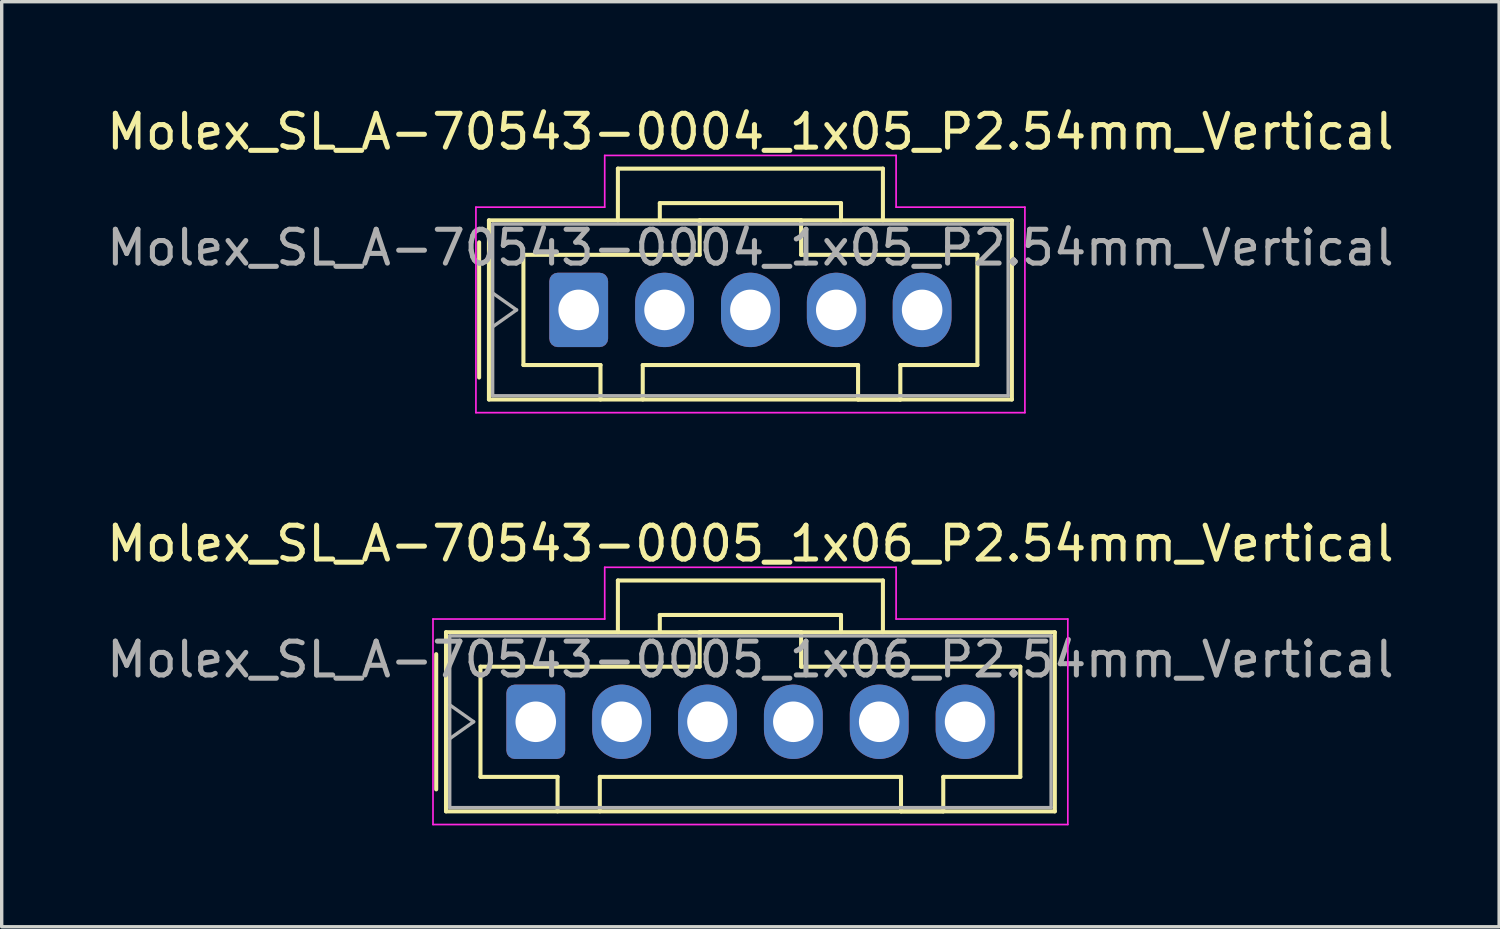
<source format=kicad_pcb>
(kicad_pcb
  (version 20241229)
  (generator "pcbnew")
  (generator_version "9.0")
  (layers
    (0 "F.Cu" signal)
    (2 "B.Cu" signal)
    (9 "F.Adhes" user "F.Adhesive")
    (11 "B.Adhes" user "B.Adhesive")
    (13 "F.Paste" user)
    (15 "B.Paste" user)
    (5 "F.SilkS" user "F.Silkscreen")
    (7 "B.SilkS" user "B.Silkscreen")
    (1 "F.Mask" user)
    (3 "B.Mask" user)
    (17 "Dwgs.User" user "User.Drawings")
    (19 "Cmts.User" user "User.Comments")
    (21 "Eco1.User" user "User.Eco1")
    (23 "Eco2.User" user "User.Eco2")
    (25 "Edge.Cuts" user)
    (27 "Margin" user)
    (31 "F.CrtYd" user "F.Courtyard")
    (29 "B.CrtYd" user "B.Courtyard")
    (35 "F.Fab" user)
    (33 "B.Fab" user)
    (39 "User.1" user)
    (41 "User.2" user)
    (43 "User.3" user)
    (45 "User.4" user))
  (footprint "Molex_SL_A-70543-0005_1x06_P2.54mm_Vertical"
    (layer "F.Cu")
    (at 12.799 18.302)
    (property "Reference" "Molex_SL_A-70543-0005_1x06_P2.54mm_Vertical" (at 6.35 -5.27 0) (layer "F.SilkS") (effects (font (size 1 1) (thickness 0.15))))
    (attr through_hole)
    (fp_line (start -2.945 -2) (end -2.945 2) (stroke (width 0.12) (type solid)) (layer "F.SilkS"))
    (fp_line (start -2.655 -2.65) (end -2.655 2.65) (stroke (width 0.12) (type solid)) (layer "F.SilkS"))
    (fp_line (start -2.655 2.65) (end 15.355 2.65) (stroke (width 0.12) (type solid)) (layer "F.SilkS"))
    (fp_line (start -1.635 -1.63) (end 4.85 -1.63) (stroke (width 0.12) (type solid)) (layer "F.SilkS"))
    (fp_line (start -1.635 1.63) (end -1.635 -1.63) (stroke (width 0.12) (type solid)) (layer "F.SilkS"))
    (fp_line (start 0.645 1.63) (end -1.635 1.63) (stroke (width 0.12) (type solid)) (layer "F.SilkS"))
    (fp_line (start 0.645 2.65) (end 0.645 1.63) (stroke (width 0.12) (type solid)) (layer "F.SilkS"))
    (fp_line (start 1.895 1.63) (end 1.895 2.65) (stroke (width 0.12) (type solid)) (layer "F.SilkS"))
    (fp_line (start 2.43 -4.18) (end 10.27 -4.18) (stroke (width 0.12) (type solid)) (layer "F.SilkS"))
    (fp_line (start 2.43 -2.65) (end 2.43 -4.18) (stroke (width 0.12) (type solid)) (layer "F.SilkS"))
    (fp_line (start 3.67 -3.16) (end 9.03 -3.16) (stroke (width 0.12) (type solid)) (layer "F.SilkS"))
    (fp_line (start 3.67 -2.65) (end 3.67 -3.16) (stroke (width 0.12) (type solid)) (layer "F.SilkS"))
    (fp_line (start 4.85 -2.65) (end 7.85 -2.65) (stroke (width 0.12) (type solid)) (layer "F.SilkS"))
    (fp_line (start 4.85 -1.63) (end 4.85 -2.65) (stroke (width 0.12) (type solid)) (layer "F.SilkS"))
    (fp_line (start 7.85 -2.65) (end 7.85 -1.63) (stroke (width 0.12) (type solid)) (layer "F.SilkS"))
    (fp_line (start 7.85 -1.63) (end 14.335 -1.63) (stroke (width 0.12) (type solid)) (layer "F.SilkS"))
    (fp_line (start 9.03 -3.16) (end 9.03 -2.65) (stroke (width 0.12) (type solid)) (layer "F.SilkS"))
    (fp_line (start 10.27 -4.18) (end 10.27 -2.65) (stroke (width 0.12) (type solid)) (layer "F.SilkS"))
    (fp_line (start 10.805 1.63) (end 1.895 1.63) (stroke (width 0.12) (type solid)) (layer "F.SilkS"))
    (fp_line (start 10.805 2.65) (end 10.805 1.63) (stroke (width 0.12) (type solid)) (layer "F.SilkS"))
    (fp_line (start 12.055 1.63) (end 12.055 2.65) (stroke (width 0.12) (type solid)) (layer "F.SilkS"))
    (fp_line (start 12.055 2.65) (end 10.805 2.65) (stroke (width 0.12) (type solid)) (layer "F.SilkS"))
    (fp_line (start 14.335 -1.63) (end 14.335 1.63) (stroke (width 0.12) (type solid)) (layer "F.SilkS"))
    (fp_line (start 14.335 1.63) (end 12.055 1.63) (stroke (width 0.12) (type solid)) (layer "F.SilkS"))
    (fp_line (start 15.355 -2.65) (end -2.655 -2.65) (stroke (width 0.12) (type solid)) (layer "F.SilkS"))
    (fp_line (start 15.355 2.65) (end 15.355 -2.65) (stroke (width 0.12) (type solid)) (layer "F.SilkS"))
    (fp_line (start -3.04 -3.04) (end 2.04 -3.04) (stroke (width 0.05) (type solid)) (layer "F.CrtYd"))
    (fp_line (start -3.04 3.04) (end -3.04 -3.04) (stroke (width 0.05) (type solid)) (layer "F.CrtYd"))
    (fp_line (start 2.04 -4.57) (end 10.66 -4.57) (stroke (width 0.05) (type solid)) (layer "F.CrtYd"))
    (fp_line (start 2.04 -3.04) (end 2.04 -4.57) (stroke (width 0.05) (type solid)) (layer "F.CrtYd"))
    (fp_line (start 10.66 -4.57) (end 10.66 -3.04) (stroke (width 0.05) (type solid)) (layer "F.CrtYd"))
    (fp_line (start 10.66 -3.04) (end 15.74 -3.04) (stroke (width 0.05) (type solid)) (layer "F.CrtYd"))
    (fp_line (start 15.74 -3.04) (end 15.74 3.04) (stroke (width 0.05) (type solid)) (layer "F.CrtYd"))
    (fp_line (start 15.74 3.04) (end -3.04 3.04) (stroke (width 0.05) (type solid)) (layer "F.CrtYd"))
    (fp_line (start -2.545 -2.54) (end -2.545 2.54) (stroke (width 0.1) (type solid)) (layer "F.Fab"))
    (fp_line (start -2.545 -0.5) (end -1.838 0) (stroke (width 0.1) (type solid)) (layer "F.Fab"))
    (fp_line (start -2.545 2.54) (end 15.245 2.54) (stroke (width 0.1) (type solid)) (layer "F.Fab"))
    (fp_line (start -1.838 0) (end -2.545 0.5) (stroke (width 0.1) (type solid)) (layer "F.Fab"))
    (fp_line (start 15.245 -2.54) (end -2.545 -2.54) (stroke (width 0.1) (type solid)) (layer "F.Fab"))
    (fp_line (start 15.245 2.54) (end 15.245 -2.54) (stroke (width 0.1) (type solid)) (layer "F.Fab"))
    (fp_text user "${REFERENCE}" (at 6.35 -1.84 0) (layer "F.Fab") (effects (font (size 1 1) (thickness 0.15))))
    (pad "1" thru_hole roundrect (at 0 0) (size 1.74 2.2) (drill 1.2) (layers "*.Cu" "*.Mask") (roundrect_rratio 0.144))
    (pad "2" thru_hole oval (at 2.54 0) (size 1.74 2.2) (drill 1.2) (layers "*.Cu" "*.Mask"))
    (pad "3" thru_hole oval (at 5.08 0) (size 1.74 2.2) (drill 1.2) (layers "*.Cu" "*.Mask"))
    (pad "4" thru_hole oval (at 7.62 0) (size 1.74 2.2) (drill 1.2) (layers "*.Cu" "*.Mask"))
    (pad "5" thru_hole oval (at 10.16 0) (size 1.74 2.2) (drill 1.2) (layers "*.Cu" "*.Mask"))
    (pad "6" thru_hole oval (at 12.7 0) (size 1.74 2.2) (drill 1.2) (layers "*.Cu" "*.Mask")))
  (footprint "Molex_SL_A-70543-0004_1x05_P2.54mm_Vertical"
    (layer "F.Cu")
    (at 14.069 6.118)
    (property "Reference" "Molex_SL_A-70543-0004_1x05_P2.54mm_Vertical" (at 5.08 -5.27 0) (layer "F.SilkS") (effects (font (size 1 1) (thickness 0.15))))
    (attr through_hole)
    (fp_line (start -2.945 -2) (end -2.945 2) (stroke (width 0.12) (type solid)) (layer "F.SilkS"))
    (fp_line (start -2.655 -2.65) (end -2.655 2.65) (stroke (width 0.12) (type solid)) (layer "F.SilkS"))
    (fp_line (start -2.655 2.65) (end 12.815 2.65) (stroke (width 0.12) (type solid)) (layer "F.SilkS"))
    (fp_line (start -1.635 -1.63) (end 3.58 -1.63) (stroke (width 0.12) (type solid)) (layer "F.SilkS"))
    (fp_line (start -1.635 1.63) (end -1.635 -1.63) (stroke (width 0.12) (type solid)) (layer "F.SilkS"))
    (fp_line (start 0.645 1.63) (end -1.635 1.63) (stroke (width 0.12) (type solid)) (layer "F.SilkS"))
    (fp_line (start 0.645 2.65) (end 0.645 1.63) (stroke (width 0.12) (type solid)) (layer "F.SilkS"))
    (fp_line (start 1.16 -4.18) (end 9 -4.18) (stroke (width 0.12) (type solid)) (layer "F.SilkS"))
    (fp_line (start 1.16 -2.65) (end 1.16 -4.18) (stroke (width 0.12) (type solid)) (layer "F.SilkS"))
    (fp_line (start 1.895 1.63) (end 1.895 2.65) (stroke (width 0.12) (type solid)) (layer "F.SilkS"))
    (fp_line (start 2.4 -3.16) (end 7.76 -3.16) (stroke (width 0.12) (type solid)) (layer "F.SilkS"))
    (fp_line (start 2.4 -2.65) (end 2.4 -3.16) (stroke (width 0.12) (type solid)) (layer "F.SilkS"))
    (fp_line (start 3.58 -2.65) (end 6.58 -2.65) (stroke (width 0.12) (type solid)) (layer "F.SilkS"))
    (fp_line (start 3.58 -1.63) (end 3.58 -2.65) (stroke (width 0.12) (type solid)) (layer "F.SilkS"))
    (fp_line (start 6.58 -2.65) (end 6.58 -1.63) (stroke (width 0.12) (type solid)) (layer "F.SilkS"))
    (fp_line (start 6.58 -1.63) (end 11.795 -1.63) (stroke (width 0.12) (type solid)) (layer "F.SilkS"))
    (fp_line (start 7.76 -3.16) (end 7.76 -2.65) (stroke (width 0.12) (type solid)) (layer "F.SilkS"))
    (fp_line (start 8.265 1.63) (end 1.895 1.63) (stroke (width 0.12) (type solid)) (layer "F.SilkS"))
    (fp_line (start 8.265 2.65) (end 8.265 1.63) (stroke (width 0.12) (type solid)) (layer "F.SilkS"))
    (fp_line (start 9 -4.18) (end 9 -2.65) (stroke (width 0.12) (type solid)) (layer "F.SilkS"))
    (fp_line (start 9.515 1.63) (end 9.515 2.65) (stroke (width 0.12) (type solid)) (layer "F.SilkS"))
    (fp_line (start 9.515 2.65) (end 8.265 2.65) (stroke (width 0.12) (type solid)) (layer "F.SilkS"))
    (fp_line (start 11.795 -1.63) (end 11.795 1.63) (stroke (width 0.12) (type solid)) (layer "F.SilkS"))
    (fp_line (start 11.795 1.63) (end 9.515 1.63) (stroke (width 0.12) (type solid)) (layer "F.SilkS"))
    (fp_line (start 12.815 -2.65) (end -2.655 -2.65) (stroke (width 0.12) (type solid)) (layer "F.SilkS"))
    (fp_line (start 12.815 2.65) (end 12.815 -2.65) (stroke (width 0.12) (type solid)) (layer "F.SilkS"))
    (fp_line (start -3.04 -3.04) (end 0.77 -3.04) (stroke (width 0.05) (type solid)) (layer "F.CrtYd"))
    (fp_line (start -3.04 3.04) (end -3.04 -3.04) (stroke (width 0.05) (type solid)) (layer "F.CrtYd"))
    (fp_line (start 0.77 -4.57) (end 9.39 -4.57) (stroke (width 0.05) (type solid)) (layer "F.CrtYd"))
    (fp_line (start 0.77 -3.04) (end 0.77 -4.57) (stroke (width 0.05) (type solid)) (layer "F.CrtYd"))
    (fp_line (start 9.39 -4.57) (end 9.39 -3.04) (stroke (width 0.05) (type solid)) (layer "F.CrtYd"))
    (fp_line (start 9.39 -3.04) (end 13.2 -3.04) (stroke (width 0.05) (type solid)) (layer "F.CrtYd"))
    (fp_line (start 13.2 -3.04) (end 13.2 3.04) (stroke (width 0.05) (type solid)) (layer "F.CrtYd"))
    (fp_line (start 13.2 3.04) (end -3.04 3.04) (stroke (width 0.05) (type solid)) (layer "F.CrtYd"))
    (fp_line (start -2.545 -2.54) (end -2.545 2.54) (stroke (width 0.1) (type solid)) (layer "F.Fab"))
    (fp_line (start -2.545 -0.5) (end -1.838 0) (stroke (width 0.1) (type solid)) (layer "F.Fab"))
    (fp_line (start -2.545 2.54) (end 12.705 2.54) (stroke (width 0.1) (type solid)) (layer "F.Fab"))
    (fp_line (start -1.838 0) (end -2.545 0.5) (stroke (width 0.1) (type solid)) (layer "F.Fab"))
    (fp_line (start 12.705 -2.54) (end -2.545 -2.54) (stroke (width 0.1) (type solid)) (layer "F.Fab"))
    (fp_line (start 12.705 2.54) (end 12.705 -2.54) (stroke (width 0.1) (type solid)) (layer "F.Fab"))
    (fp_text user "${REFERENCE}" (at 5.08 -1.84 0) (layer "F.Fab") (effects (font (size 1 1) (thickness 0.15))))
    (pad "1" thru_hole roundrect (at 0 0) (size 1.74 2.2) (drill 1.2) (layers "*.Cu" "*.Mask") (roundrect_rratio 0.144))
    (pad "2" thru_hole oval (at 2.54 0) (size 1.74 2.2) (drill 1.2) (layers "*.Cu" "*.Mask"))
    (pad "3" thru_hole oval (at 5.08 0) (size 1.74 2.2) (drill 1.2) (layers "*.Cu" "*.Mask"))
    (pad "4" thru_hole oval (at 7.62 0) (size 1.74 2.2) (drill 1.2) (layers "*.Cu" "*.Mask"))
    (pad "5" thru_hole oval (at 10.16 0) (size 1.74 2.2) (drill 1.2) (layers "*.Cu" "*.Mask")))
  (gr_rect
    (start -3 -3)
    (end 41.298 24.366)
    (stroke (width 0.1) (type default))
    (fill no)
    (layer "Edge.Cuts")))
</source>
